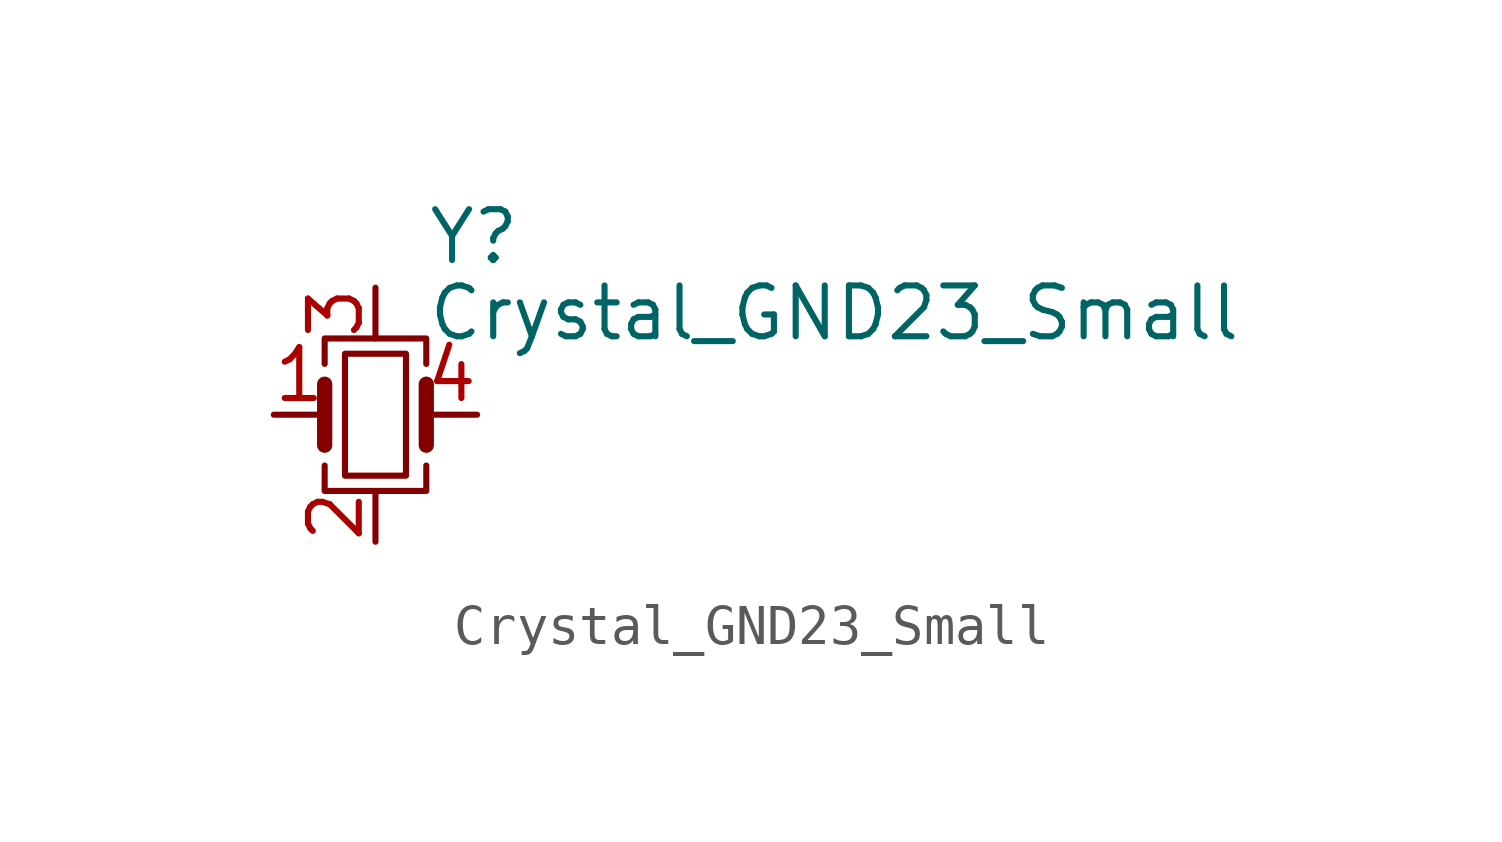
<source format=kicad_sym>
(kicad_symbol_lib
  (version 20211014)
  (generator kicad_symbol_editor)
  (symbol "Crystal_GND23_Small"
    (pin_names
      (offset 1.016) hide)
    (property "Reference" "Y"
      (at 1.27 4.445 0)
      (effects (font (size 1.27 1.27)) (justify left)))
    (property "Value" "Crystal_GND23_Small"
      (at 1.27 2.54 0)
      (effects (font (size 1.27 1.27)) (justify left)))
    (symbol "Crystal_GND23_Small_0_1"
      (rectangle (start -0.762 -1.524) (end 0.762 1.524) (stroke (width 0) (type default) (color 0 0 0 0)) (fill (type none)))
      (polyline (pts (xy -1.27 -0.762) (xy -1.27 0.762)) (stroke (width 0.381) (type default) (color 0 0 0 0)) (fill (type none)))
      (polyline (pts (xy 1.27 -0.762) (xy 1.27 0.762)) (stroke (width 0.381) (type default) (color 0 0 0 0)) (fill (type none)))
      (polyline (pts (xy -1.27 -1.27) (xy -1.27 -1.905) (xy 1.27 -1.905) (xy 1.27 -1.27)) (stroke (width 0) (type default) (color 0 0 0 0)) (fill (type none)))
      (polyline (pts (xy -1.27 1.27) (xy -1.27 1.905) (xy 1.27 1.905) (xy 1.27 1.27)) (stroke (width 0) (type default) (color 0 0 0 0)) (fill (type none))))
    (symbol "Crystal_GND23_Small_1_1"
      (pin passive line (at -2.54 0 0) (length 1.27) (name "1" (effects (font (size 1.27 1.27)))) (number "1" (effects (font (size 1.27 1.27)))))
      (pin passive line (at 0 -3.175 90) (length 1.27) (name "2" (effects (font (size 1.27 1.27)))) (number "2" (effects (font (size 1.27 1.27)))))
      (pin passive line (at 0 3.175 270) (length 1.27) (name "3" (effects (font (size 1.27 1.27)))) (number "3" (effects (font (size 1.27 1.27)))))
      (pin passive line (at 2.54 0 180) (length 1.27) (name "4" (effects (font (size 1.27 1.27)))) (number "4" (effects (font (size 1.27 1.27))))))))
</source>
